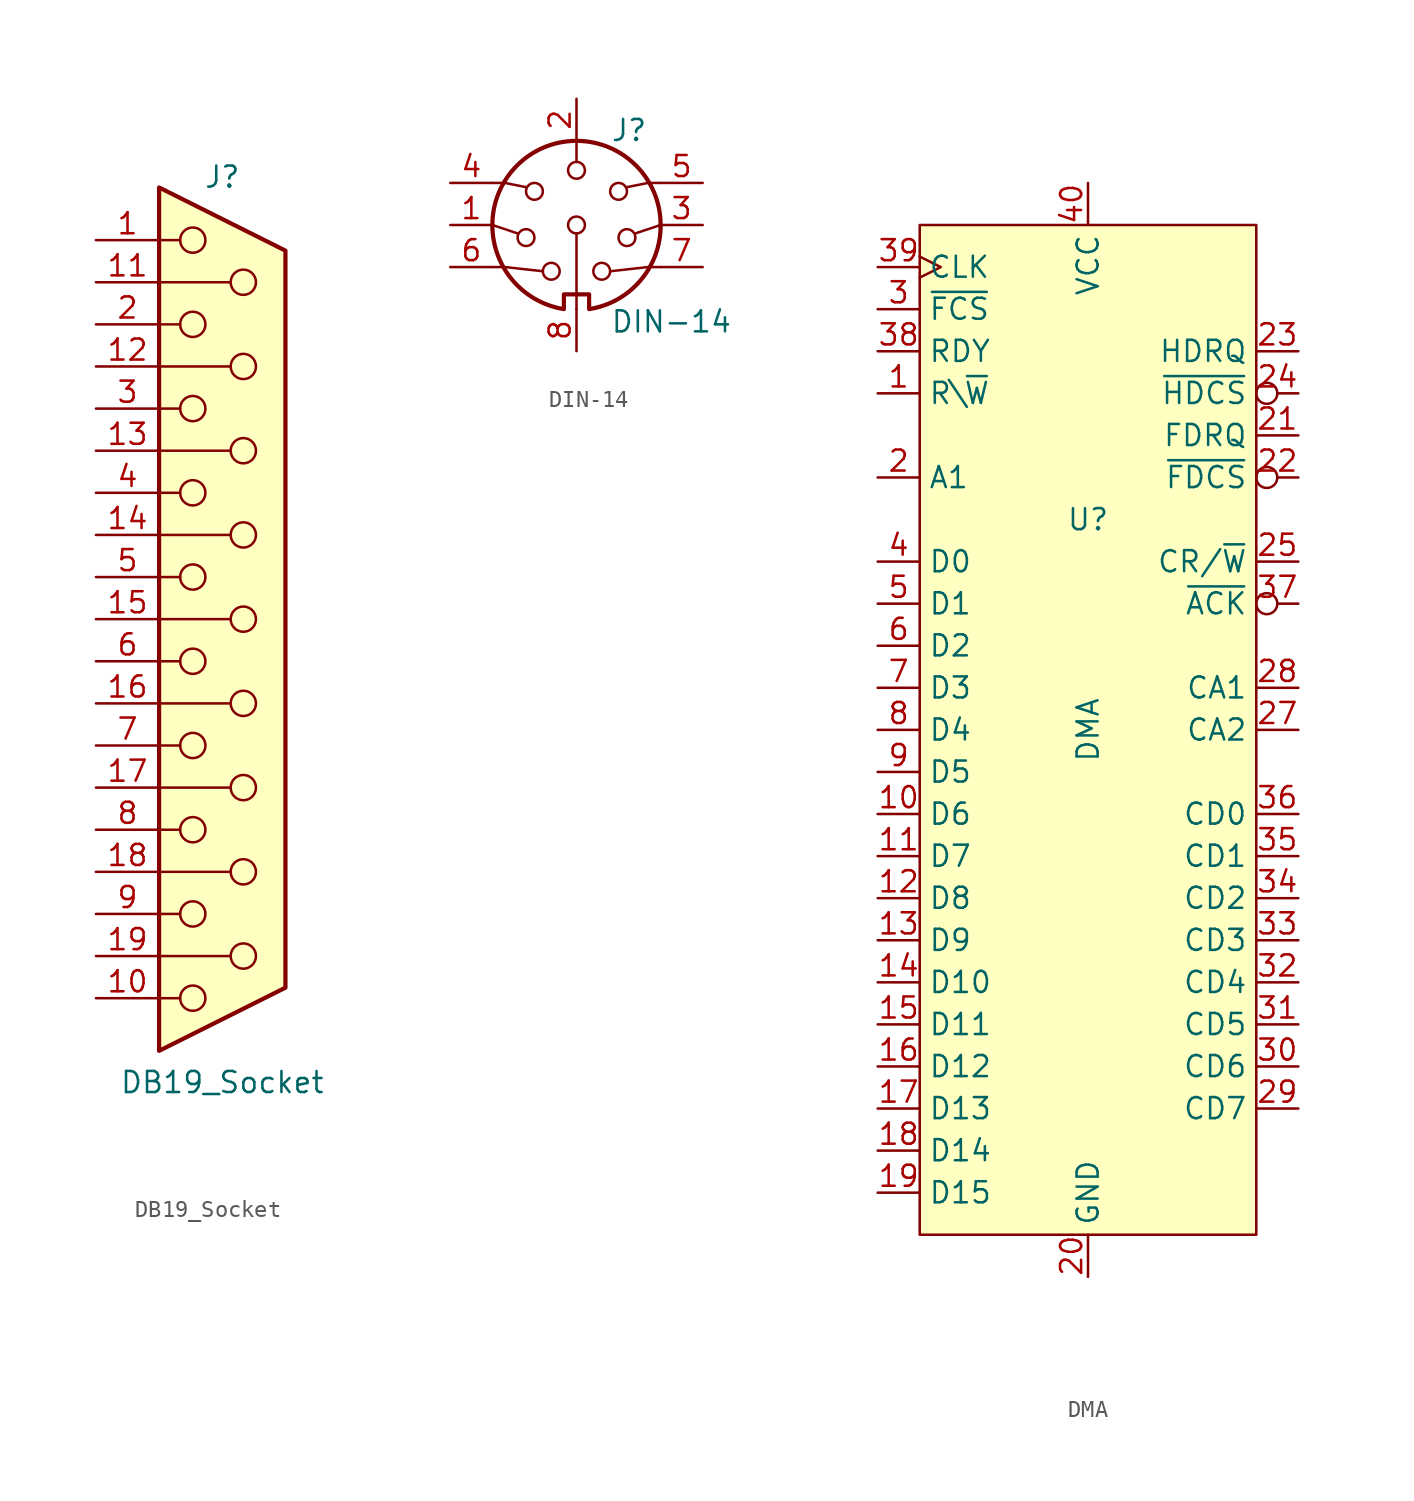
<source format=kicad_sym>
(kicad_symbol_lib
  (version 20241209)
  (generator "kicad_symbol_editor")
  (generator_version "9.0")
  (symbol "DB19_Socket"
    (pin_names
      (offset 1.016)
      (hide yes))
    (property "Reference" "J"
      (at 0 26.67 0)
      (effects (font (size 1.27 1.27))))
    (property "Value" "DB19_Socket"
      (at 0 -27.94 0)
      (effects (font (size 1.27 1.27))))
    (symbol "DB19_Socket_0_1"
      (polyline (pts (xy -3.81 26.035) (xy 3.81 22.225) (xy 3.81 -22.225) (xy -3.81 -26.035) (xy -3.81 26.035)) (stroke (width 0.254) (type default)) (fill (type background)))
      (polyline (pts (xy -3.81 22.86) (xy -2.54 22.86)) (stroke (width 0) (type default)) (fill (type none)))
      (polyline (pts (xy -3.81 20.32) (xy 0.508 20.32)) (stroke (width 0) (type default)) (fill (type none)))
      (polyline (pts (xy -3.81 17.78) (xy -2.54 17.78)) (stroke (width 0) (type default)) (fill (type none)))
      (polyline (pts (xy -3.81 15.24) (xy 0.508 15.24)) (stroke (width 0) (type default)) (fill (type none)))
      (polyline (pts (xy -3.81 12.7) (xy -2.54 12.7)) (stroke (width 0) (type default)) (fill (type none)))
      (polyline (pts (xy -3.81 10.16) (xy 0.508 10.16)) (stroke (width 0) (type default)) (fill (type none)))
      (polyline (pts (xy -3.81 7.62) (xy -2.54 7.62)) (stroke (width 0) (type default)) (fill (type none)))
      (polyline (pts (xy -3.81 5.08) (xy 0.508 5.08)) (stroke (width 0) (type default)) (fill (type none)))
      (polyline (pts (xy -3.81 2.54) (xy -2.54 2.54)) (stroke (width 0) (type default)) (fill (type none)))
      (polyline (pts (xy -3.81 0) (xy 0.508 0)) (stroke (width 0) (type default)) (fill (type none)))
      (polyline (pts (xy -3.81 -2.54) (xy -2.54 -2.54)) (stroke (width 0) (type default)) (fill (type none)))
      (polyline (pts (xy -3.81 -5.08) (xy 0.508 -5.08)) (stroke (width 0) (type default)) (fill (type none)))
      (polyline (pts (xy -3.81 -7.62) (xy -2.54 -7.62)) (stroke (width 0) (type default)) (fill (type none)))
      (polyline (pts (xy -3.81 -10.16) (xy 0.508 -10.16)) (stroke (width 0) (type default)) (fill (type none)))
      (polyline (pts (xy -3.81 -12.7) (xy -2.54 -12.7)) (stroke (width 0) (type default)) (fill (type none)))
      (polyline (pts (xy -3.81 -15.24) (xy 0.508 -15.24)) (stroke (width 0) (type default)) (fill (type none)))
      (polyline (pts (xy -3.81 -17.78) (xy -2.54 -17.78)) (stroke (width 0) (type default)) (fill (type none)))
      (polyline (pts (xy -3.81 -20.32) (xy 0.508 -20.32)) (stroke (width 0) (type default)) (fill (type none)))
      (polyline (pts (xy -3.81 -22.86) (xy -2.54 -22.86)) (stroke (width 0) (type default)) (fill (type none)))
      (circle (center -1.778 22.86) (radius 0.762) (stroke (width 0) (type default)) (fill (type none)))
      (circle (center -1.778 17.78) (radius 0.762) (stroke (width 0) (type default)) (fill (type none)))
      (circle (center -1.778 12.7) (radius 0.762) (stroke (width 0) (type default)) (fill (type none)))
      (circle (center -1.778 7.62) (radius 0.762) (stroke (width 0) (type default)) (fill (type none)))
      (circle (center -1.778 2.54) (radius 0.762) (stroke (width 0) (type default)) (fill (type none)))
      (circle (center -1.778 -2.54) (radius 0.762) (stroke (width 0) (type default)) (fill (type none)))
      (circle (center -1.778 -7.62) (radius 0.762) (stroke (width 0) (type default)) (fill (type none)))
      (circle (center -1.778 -12.7) (radius 0.762) (stroke (width 0) (type default)) (fill (type none)))
      (circle (center -1.778 -17.78) (radius 0.762) (stroke (width 0) (type default)) (fill (type none)))
      (circle (center -1.778 -22.86) (radius 0.762) (stroke (width 0) (type default)) (fill (type none)))
      (circle (center 1.27 20.32) (radius 0.762) (stroke (width 0) (type default)) (fill (type none)))
      (circle (center 1.27 15.24) (radius 0.762) (stroke (width 0) (type default)) (fill (type none)))
      (circle (center 1.27 10.16) (radius 0.762) (stroke (width 0) (type default)) (fill (type none)))
      (circle (center 1.27 5.08) (radius 0.762) (stroke (width 0) (type default)) (fill (type none)))
      (circle (center 1.27 0) (radius 0.762) (stroke (width 0) (type default)) (fill (type none)))
      (circle (center 1.27 -5.08) (radius 0.762) (stroke (width 0) (type default)) (fill (type none)))
      (circle (center 1.27 -10.16) (radius 0.762) (stroke (width 0) (type default)) (fill (type none)))
      (circle (center 1.27 -15.24) (radius 0.762) (stroke (width 0) (type default)) (fill (type none)))
      (circle (center 1.27 -20.32) (radius 0.762) (stroke (width 0) (type default)) (fill (type none))))
    (symbol "DB19_Socket_1_1"
      (pin passive line (at -7.62 22.86 0) (length 3.81) (name "1" (effects (font (size 1.27 1.27)))) (number "1" (effects (font (size 1.27 1.27)))))
      (pin passive line (at -7.62 20.32 0) (length 3.81) (name "11" (effects (font (size 1.27 1.27)))) (number "11" (effects (font (size 1.27 1.27)))))
      (pin passive line (at -7.62 17.78 0) (length 3.81) (name "2" (effects (font (size 1.27 1.27)))) (number "2" (effects (font (size 1.27 1.27)))))
      (pin passive line (at -7.62 15.24 0) (length 3.81) (name "12" (effects (font (size 1.27 1.27)))) (number "12" (effects (font (size 1.27 1.27)))))
      (pin passive line (at -7.62 12.7 0) (length 3.81) (name "3" (effects (font (size 1.27 1.27)))) (number "3" (effects (font (size 1.27 1.27)))))
      (pin passive line (at -7.62 10.16 0) (length 3.81) (name "13" (effects (font (size 1.27 1.27)))) (number "13" (effects (font (size 1.27 1.27)))))
      (pin passive line (at -7.62 7.62 0) (length 3.81) (name "4" (effects (font (size 1.27 1.27)))) (number "4" (effects (font (size 1.27 1.27)))))
      (pin passive line (at -7.62 5.08 0) (length 3.81) (name "P14" (effects (font (size 1.27 1.27)))) (number "14" (effects (font (size 1.27 1.27)))))
      (pin passive line (at -7.62 2.54 0) (length 3.81) (name "5" (effects (font (size 1.27 1.27)))) (number "5" (effects (font (size 1.27 1.27)))))
      (pin passive line (at -7.62 0 0) (length 3.81) (name "P15" (effects (font (size 1.27 1.27)))) (number "15" (effects (font (size 1.27 1.27)))))
      (pin passive line (at -7.62 -2.54 0) (length 3.81) (name "6" (effects (font (size 1.27 1.27)))) (number "6" (effects (font (size 1.27 1.27)))))
      (pin passive line (at -7.62 -5.08 0) (length 3.81) (name "P16" (effects (font (size 1.27 1.27)))) (number "16" (effects (font (size 1.27 1.27)))))
      (pin passive line (at -7.62 -7.62 0) (length 3.81) (name "7" (effects (font (size 1.27 1.27)))) (number "7" (effects (font (size 1.27 1.27)))))
      (pin passive line (at -7.62 -10.16 0) (length 3.81) (name "P17" (effects (font (size 1.27 1.27)))) (number "17" (effects (font (size 1.27 1.27)))))
      (pin passive line (at -7.62 -12.7 0) (length 3.81) (name "8" (effects (font (size 1.27 1.27)))) (number "8" (effects (font (size 1.27 1.27)))))
      (pin passive line (at -7.62 -15.24 0) (length 3.81) (name "P18" (effects (font (size 1.27 1.27)))) (number "18" (effects (font (size 1.27 1.27)))))
      (pin passive line (at -7.62 -17.78 0) (length 3.81) (name "9" (effects (font (size 1.27 1.27)))) (number "9" (effects (font (size 1.27 1.27)))))
      (pin passive line (at -7.62 -20.32 0) (length 3.81) (name "P19" (effects (font (size 1.27 1.27)))) (number "19" (effects (font (size 1.27 1.27)))))
      (pin passive line (at -7.62 -22.86 0) (length 3.81) (name "10" (effects (font (size 1.27 1.27)))) (number "10" (effects (font (size 1.27 1.27)))))))
  (symbol "DIN-14"
    (pin_names
      (offset 1.016))
    (property "Reference" "J"
      (at 3.175 5.715 0)
      (effects (font (size 1.27 1.27))))
    (property "Value" "DIN-14"
      (at 2.032 -5.842 0)
      (effects (font (size 1.27 1.27)) (justify left)))
    (symbol "DIN-14_0_1"
      (polyline (pts (xy -5.08 2.54) (xy -4.318 2.54) (xy -3.048 2.286)) (stroke (width 0) (type default)) (fill (type none)))
      (polyline (pts (xy -5.08 0) (xy -3.556 -0.508)) (stroke (width 0) (type default)) (fill (type none)))
      (polyline (pts (xy -5.08 -2.54) (xy -4.318 -2.54) (xy -2.032 -2.794)) (stroke (width 0) (type default)) (fill (type none)))
      (circle (center -3.048 -0.762) (radius 0.508) (stroke (width 0) (type default)) (fill (type none)))
      (circle (center -2.54 2.032) (radius 0.508) (stroke (width 0) (type default)) (fill (type none)))
      (circle (center -1.524 -2.794) (radius 0.508) (stroke (width 0) (type default)) (fill (type none)))
      (polyline (pts (xy -0.762 -4.953) (xy -0.762 -4.191) (xy 0.762 -4.191) (xy 0.762 -4.953)) (stroke (width 0.254) (type default)) (fill (type none)))
      (arc (start 5.08 0) (mid 3.8673 -3.3444) (end 0.762 -5.08) (stroke (width 0.254) (type default)) (fill (type none)))
      (polyline (pts (xy 0 5.08) (xy 0 3.81)) (stroke (width 0) (type default)) (fill (type none)))
      (circle (center 0 3.302) (radius 0.508) (stroke (width 0) (type default)) (fill (type none)))
      (circle (center 0 0) (radius 0.508) (stroke (width 0) (type default)) (fill (type none)))
      (arc (start -5.08 0) (mid 0 5.0579) (end 5.08 0) (stroke (width 0.254) (type default)) (fill (type none)))
      (polyline (pts (xy 0 -0.508) (xy 0 -5.08)) (stroke (width 0) (type default)) (fill (type none)))
      (arc (start -0.762 -5.08) (mid -3.8597 -3.3379) (end -5.08 0) (stroke (width 0.254) (type default)) (fill (type none)))
      (circle (center 1.524 -2.794) (radius 0.508) (stroke (width 0) (type default)) (fill (type none)))
      (circle (center 2.54 2.032) (radius 0.508) (stroke (width 0) (type default)) (fill (type none)))
      (circle (center 3.048 -0.762) (radius 0.508) (stroke (width 0) (type default)) (fill (type none)))
      (polyline (pts (xy 5.08 2.54) (xy 4.318 2.54) (xy 3.048 2.286)) (stroke (width 0) (type default)) (fill (type none)))
      (polyline (pts (xy 5.08 0) (xy 3.556 -0.508)) (stroke (width 0) (type default)) (fill (type none)))
      (polyline (pts (xy 5.08 -2.54) (xy 4.318 -2.54) (xy 2.032 -2.794)) (stroke (width 0) (type default)) (fill (type none))))
    (symbol "DIN-14_1_1"
      (pin passive line (at -7.62 2.54 0) (length 2.54) (name "~" (effects (font (size 1.27 1.27)))) (number "4" (effects (font (size 1.27 1.27)))))
      (pin passive line (at -7.62 0 0) (length 2.54) (name "~" (effects (font (size 1.27 1.27)))) (number "1" (effects (font (size 1.27 1.27)))))
      (pin passive line (at -7.62 -2.54 0) (length 2.54) (name "~" (effects (font (size 1.27 1.27)))) (number "6" (effects (font (size 1.27 1.27)))))
      (pin passive line (at 0 7.62 270) (length 2.54) (name "~" (effects (font (size 1.27 1.27)))) (number "2" (effects (font (size 1.27 1.27)))))
      (pin passive line (at 0 -7.62 90) (length 2.54) (name "~" (effects (font (size 1.27 1.27)))) (number "8" (effects (font (size 1.27 1.27)))))
      (pin passive line (at 7.62 2.54 180) (length 2.54) (name "~" (effects (font (size 1.27 1.27)))) (number "5" (effects (font (size 1.27 1.27)))))
      (pin passive line (at 7.62 0 180) (length 2.54) (name "~" (effects (font (size 1.27 1.27)))) (number "3" (effects (font (size 1.27 1.27)))))
      (pin passive line (at 7.62 -2.54 180) (length 2.54) (name "~" (effects (font (size 1.27 1.27)))) (number "7" (effects (font (size 1.27 1.27)))))))
  (symbol "DMA"
    (property "Reference" "U"
      (at 0 12.7 0)
      (effects (font (size 1.27 1.27))))
    (property "Value" "DMA"
      (at 0 0 90)
      (effects (font (size 1.27 1.27))))
    (symbol "DMA_1_1"
      (rectangle (start -10.16 30.48) (end 10.16 -30.48) (stroke (width 0) (type solid)) (fill (type background)))
      (pin input clock (at -12.7 27.94 0) (length 2.54) (name "CLK" (effects (font (size 1.27 1.27)))) (number "39" (effects (font (size 1.27 1.27)))))
      (pin input line (at -12.7 25.4 0) (length 2.54) (name "~{FCS}" (effects (font (size 1.27 1.27)))) (number "3" (effects (font (size 1.27 1.27)))))
      (pin input line (at -12.7 22.86 0) (length 2.54) (name "RDY" (effects (font (size 1.27 1.27)))) (number "38" (effects (font (size 1.27 1.27)))))
      (pin input line (at -12.7 20.32 0) (length 2.54) (name "R\\~{W}" (effects (font (size 1.27 1.27)))) (number "1" (effects (font (size 1.27 1.27)))))
      (pin input line (at -12.7 15.24 0) (length 2.54) (name "A1" (effects (font (size 1.27 1.27)))) (number "2" (effects (font (size 1.27 1.27)))))
      (pin bidirectional line (at -12.7 10.16 0) (length 2.54) (name "D0" (effects (font (size 1.27 1.27)))) (number "4" (effects (font (size 1.27 1.27)))))
      (pin bidirectional line (at -12.7 7.62 0) (length 2.54) (name "D1" (effects (font (size 1.27 1.27)))) (number "5" (effects (font (size 1.27 1.27)))))
      (pin bidirectional line (at -12.7 5.08 0) (length 2.54) (name "D2" (effects (font (size 1.27 1.27)))) (number "6" (effects (font (size 1.27 1.27)))))
      (pin bidirectional line (at -12.7 2.54 0) (length 2.54) (name "D3" (effects (font (size 1.27 1.27)))) (number "7" (effects (font (size 1.27 1.27)))))
      (pin bidirectional line (at -12.7 0 0) (length 2.54) (name "D4" (effects (font (size 1.27 1.27)))) (number "8" (effects (font (size 1.27 1.27)))))
      (pin bidirectional line (at -12.7 -2.54 0) (length 2.54) (name "D5" (effects (font (size 1.27 1.27)))) (number "9" (effects (font (size 1.27 1.27)))))
      (pin bidirectional line (at -12.7 -5.08 0) (length 2.54) (name "D6" (effects (font (size 1.27 1.27)))) (number "10" (effects (font (size 1.27 1.27)))))
      (pin bidirectional line (at -12.7 -7.62 0) (length 2.54) (name "D7" (effects (font (size 1.27 1.27)))) (number "11" (effects (font (size 1.27 1.27)))))
      (pin bidirectional line (at -12.7 -10.16 0) (length 2.54) (name "D8" (effects (font (size 1.27 1.27)))) (number "12" (effects (font (size 1.27 1.27)))))
      (pin bidirectional line (at -12.7 -12.7 0) (length 2.54) (name "D9" (effects (font (size 1.27 1.27)))) (number "13" (effects (font (size 1.27 1.27)))))
      (pin bidirectional line (at -12.7 -15.24 0) (length 2.54) (name "D10" (effects (font (size 1.27 1.27)))) (number "14" (effects (font (size 1.27 1.27)))))
      (pin bidirectional line (at -12.7 -17.78 0) (length 2.54) (name "D11" (effects (font (size 1.27 1.27)))) (number "15" (effects (font (size 1.27 1.27)))))
      (pin bidirectional line (at -12.7 -20.32 0) (length 2.54) (name "D12" (effects (font (size 1.27 1.27)))) (number "16" (effects (font (size 1.27 1.27)))))
      (pin bidirectional line (at -12.7 -22.86 0) (length 2.54) (name "D13" (effects (font (size 1.27 1.27)))) (number "17" (effects (font (size 1.27 1.27)))))
      (pin bidirectional line (at -12.7 -25.4 0) (length 2.54) (name "D14" (effects (font (size 1.27 1.27)))) (number "18" (effects (font (size 1.27 1.27)))))
      (pin bidirectional line (at -12.7 -27.94 0) (length 2.54) (name "D15" (effects (font (size 1.27 1.27)))) (number "19" (effects (font (size 1.27 1.27)))))
      (pin power_in line (at 0 33.02 270) (length 2.54) (name "VCC" (effects (font (size 1.27 1.27)))) (number "40" (effects (font (size 1.27 1.27)))))
      (pin power_in line (at 0 -33.02 90) (length 2.54) (name "GND" (effects (font (size 1.27 1.27)))) (number "20" (effects (font (size 1.27 1.27)))))
      (pin passive line (at 0 -33.02 90) (length 2.54) (hide yes) (name "GND" (effects (font (size 1.27 1.27)))) (number "28" (effects (font (size 1.27 1.27)))))
      (pin input line (at 12.7 22.86 180) (length 2.54) (name "HDRQ" (effects (font (size 1.27 1.27)))) (number "23" (effects (font (size 1.27 1.27)))))
      (pin output inverted (at 12.7 20.32 180) (length 2.54) (name "~{HDCS}" (effects (font (size 1.27 1.27)))) (number "24" (effects (font (size 1.27 1.27)))))
      (pin input line (at 12.7 17.78 180) (length 2.54) (name "FDRQ" (effects (font (size 1.27 1.27)))) (number "21" (effects (font (size 1.27 1.27)))))
      (pin output inverted (at 12.7 15.24 180) (length 2.54) (name "~{FDCS}" (effects (font (size 1.27 1.27)))) (number "22" (effects (font (size 1.27 1.27)))))
      (pin output line (at 12.7 10.16 180) (length 2.54) (name "CR/~{W}" (effects (font (size 1.27 1.27)))) (number "25" (effects (font (size 1.27 1.27)))))
      (pin output inverted (at 12.7 7.62 180) (length 2.54) (name "~{ACK}" (effects (font (size 1.27 1.27)))) (number "37" (effects (font (size 1.27 1.27)))))
      (pin bidirectional line (at 12.7 2.54 180) (length 2.54) (name "CA1" (effects (font (size 1.27 1.27)))) (number "28" (effects (font (size 1.27 1.27)))))
      (pin bidirectional line (at 12.7 0 180) (length 2.54) (name "CA2" (effects (font (size 1.27 1.27)))) (number "27" (effects (font (size 1.27 1.27)))))
      (pin bidirectional line (at 12.7 -5.08 180) (length 2.54) (name "CD0" (effects (font (size 1.27 1.27)))) (number "36" (effects (font (size 1.27 1.27)))))
      (pin bidirectional line (at 12.7 -7.62 180) (length 2.54) (name "CD1" (effects (font (size 1.27 1.27)))) (number "35" (effects (font (size 1.27 1.27)))))
      (pin bidirectional line (at 12.7 -10.16 180) (length 2.54) (name "CD2" (effects (font (size 1.27 1.27)))) (number "34" (effects (font (size 1.27 1.27)))))
      (pin bidirectional line (at 12.7 -12.7 180) (length 2.54) (name "CD3" (effects (font (size 1.27 1.27)))) (number "33" (effects (font (size 1.27 1.27)))))
      (pin bidirectional line (at 12.7 -15.24 180) (length 2.54) (name "CD4" (effects (font (size 1.27 1.27)))) (number "32" (effects (font (size 1.27 1.27)))))
      (pin bidirectional line (at 12.7 -17.78 180) (length 2.54) (name "CD5" (effects (font (size 1.27 1.27)))) (number "31" (effects (font (size 1.27 1.27)))))
      (pin bidirectional line (at 12.7 -20.32 180) (length 2.54) (name "CD6" (effects (font (size 1.27 1.27)))) (number "30" (effects (font (size 1.27 1.27)))))
      (pin bidirectional line (at 12.7 -22.86 180) (length 2.54) (name "CD7" (effects (font (size 1.27 1.27)))) (number "29" (effects (font (size 1.27 1.27))))))))
</source>
